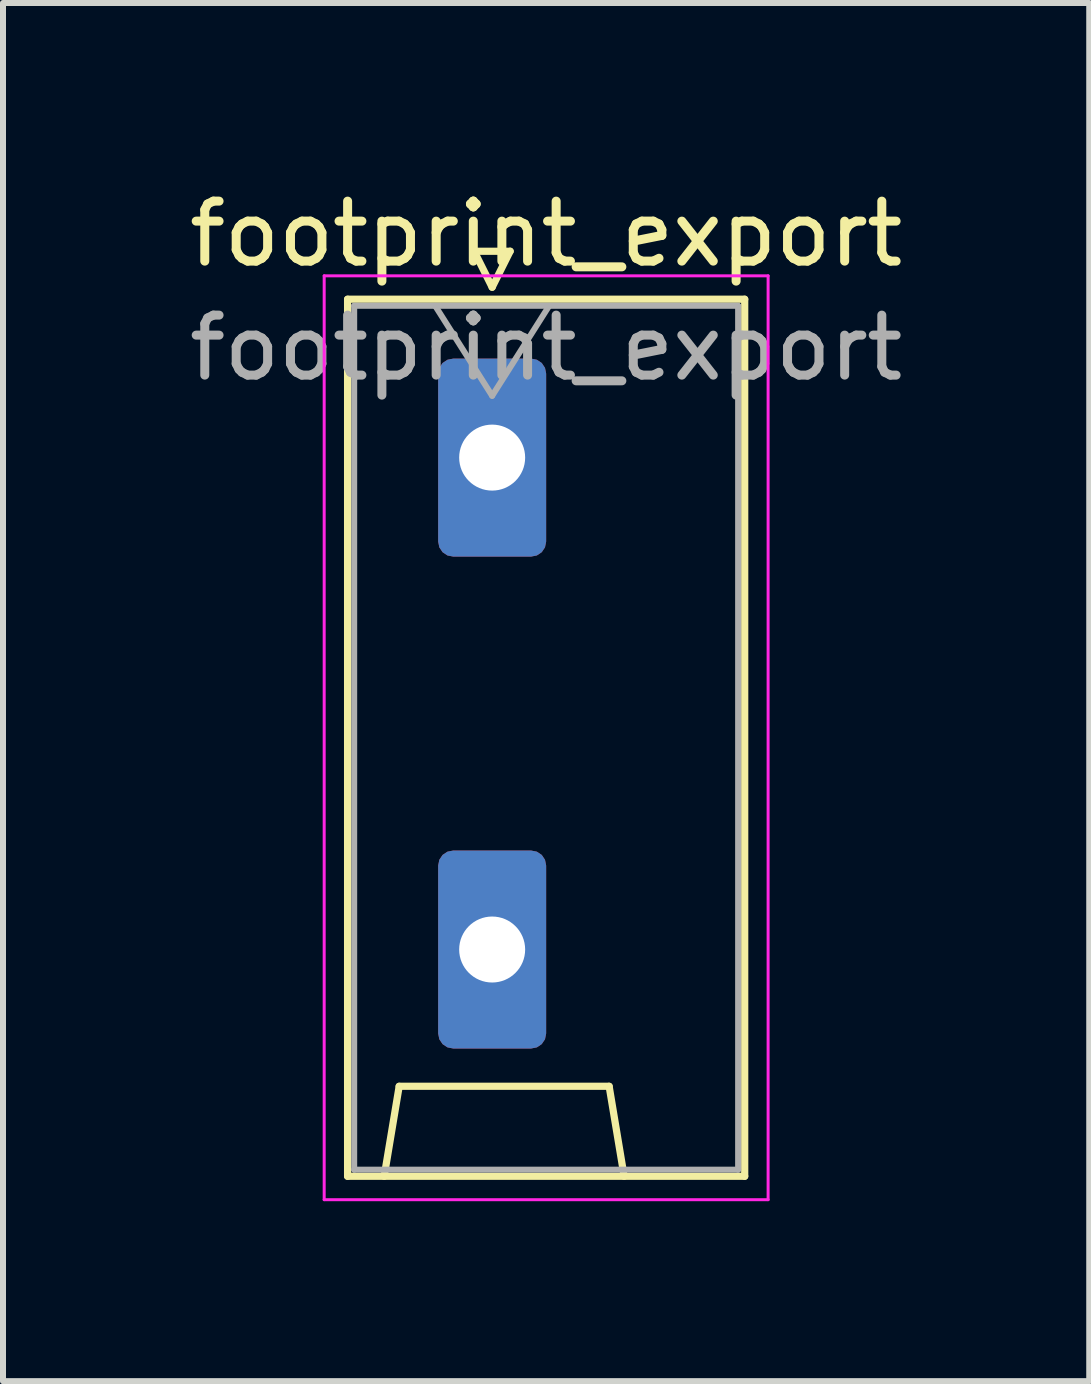
<source format=kicad_pcb>
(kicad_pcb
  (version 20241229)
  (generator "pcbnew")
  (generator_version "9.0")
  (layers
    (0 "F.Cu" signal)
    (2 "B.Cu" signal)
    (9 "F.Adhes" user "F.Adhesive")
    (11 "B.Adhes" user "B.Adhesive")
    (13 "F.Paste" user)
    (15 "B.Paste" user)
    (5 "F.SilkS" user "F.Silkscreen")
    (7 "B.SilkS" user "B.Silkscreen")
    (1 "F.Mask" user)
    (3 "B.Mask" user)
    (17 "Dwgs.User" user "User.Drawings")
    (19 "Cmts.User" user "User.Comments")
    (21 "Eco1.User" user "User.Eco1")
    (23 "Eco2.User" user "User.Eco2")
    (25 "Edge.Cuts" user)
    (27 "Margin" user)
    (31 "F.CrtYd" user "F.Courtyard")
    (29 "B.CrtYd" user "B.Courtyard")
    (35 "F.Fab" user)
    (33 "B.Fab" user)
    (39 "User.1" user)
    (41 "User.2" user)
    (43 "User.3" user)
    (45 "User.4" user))
  (footprint "footprint_export"
    (layer "F.Cu")
    (at 5.154 4.578)
    (property "Reference" "footprint_export" (at 0.9 -3.73 0) (layer "F.SilkS") (effects (font (size 1 1) (thickness 0.15))))
    (attr through_hole)
    (fp_line (start -2.41 -2.64) (end 4.21 -2.64) (stroke (width 0.12) (type solid)) (layer "F.SilkS"))
    (fp_line (start -2.41 11.98) (end -2.41 -2.64) (stroke (width 0.12) (type solid)) (layer "F.SilkS"))
    (fp_line (start -1.8 11.98) (end -1.55 10.48) (stroke (width 0.12) (type solid)) (layer "F.SilkS"))
    (fp_line (start -1.55 10.48) (end 1.95 10.48) (stroke (width 0.12) (type solid)) (layer "F.SilkS"))
    (fp_line (start -0.3 -3.44) (end 0 -2.84) (stroke (width 0.12) (type solid)) (layer "F.SilkS"))
    (fp_line (start -0.3 -3.44) (end 0.3 -3.44) (stroke (width 0.12) (type solid)) (layer "F.SilkS"))
    (fp_line (start 0.3 -3.44) (end 0 -2.84) (stroke (width 0.12) (type solid)) (layer "F.SilkS"))
    (fp_line (start 2.2 11.98) (end 1.95 10.48) (stroke (width 0.12) (type solid)) (layer "F.SilkS"))
    (fp_line (start 4.21 -2.64) (end 4.21 11.98) (stroke (width 0.12) (type solid)) (layer "F.SilkS"))
    (fp_line (start 4.21 11.98) (end -2.41 11.98) (stroke (width 0.12) (type solid)) (layer "F.SilkS"))
    (fp_line (start -2.8 -3.03) (end -2.8 12.37) (stroke (width 0.05) (type solid)) (layer "F.CrtYd"))
    (fp_line (start -2.8 12.37) (end 4.6 12.37) (stroke (width 0.05) (type solid)) (layer "F.CrtYd"))
    (fp_line (start 4.6 -3.03) (end -2.8 -3.03) (stroke (width 0.05) (type solid)) (layer "F.CrtYd"))
    (fp_line (start 4.6 12.37) (end 4.6 -3.03) (stroke (width 0.05) (type solid)) (layer "F.CrtYd"))
    (fp_line (start -2.3 -2.53) (end -2.3 11.87) (stroke (width 0.1) (type solid)) (layer "F.Fab"))
    (fp_line (start -2.3 11.87) (end 4.1 11.87) (stroke (width 0.1) (type solid)) (layer "F.Fab"))
    (fp_line (start -0.95 -2.53) (end 0 -1.03) (stroke (width 0.1) (type solid)) (layer "F.Fab"))
    (fp_line (start 0.95 -2.53) (end 0 -1.03) (stroke (width 0.1) (type solid)) (layer "F.Fab"))
    (fp_line (start 4.1 -2.53) (end -2.3 -2.53) (stroke (width 0.1) (type solid)) (layer "F.Fab"))
    (fp_line (start 4.1 11.87) (end 4.1 -2.53) (stroke (width 0.1) (type solid)) (layer "F.Fab"))
    (fp_text user "${REFERENCE}" (at 0.9 -1.83 0) (layer "F.Fab") (effects (font (size 1 1) (thickness 0.15))))
    (pad "1" thru_hole roundrect (at 0 0) (size 1.8 3.3) (drill 1.1) (layers "*.Cu" "*.Mask") (roundrect_rratio 0.139))
    (pad "1" thru_hole roundrect (at 0 8.2) (size 1.8 3.3) (drill 1.1) (layers "*.Cu" "*.Mask") (roundrect_rratio 0.139)))
  (gr_rect
    (start -3 -3)
    (end 15.107 19.973)
    (stroke (width 0.1) (type default))
    (fill no)
    (layer "Edge.Cuts")))
</source>
